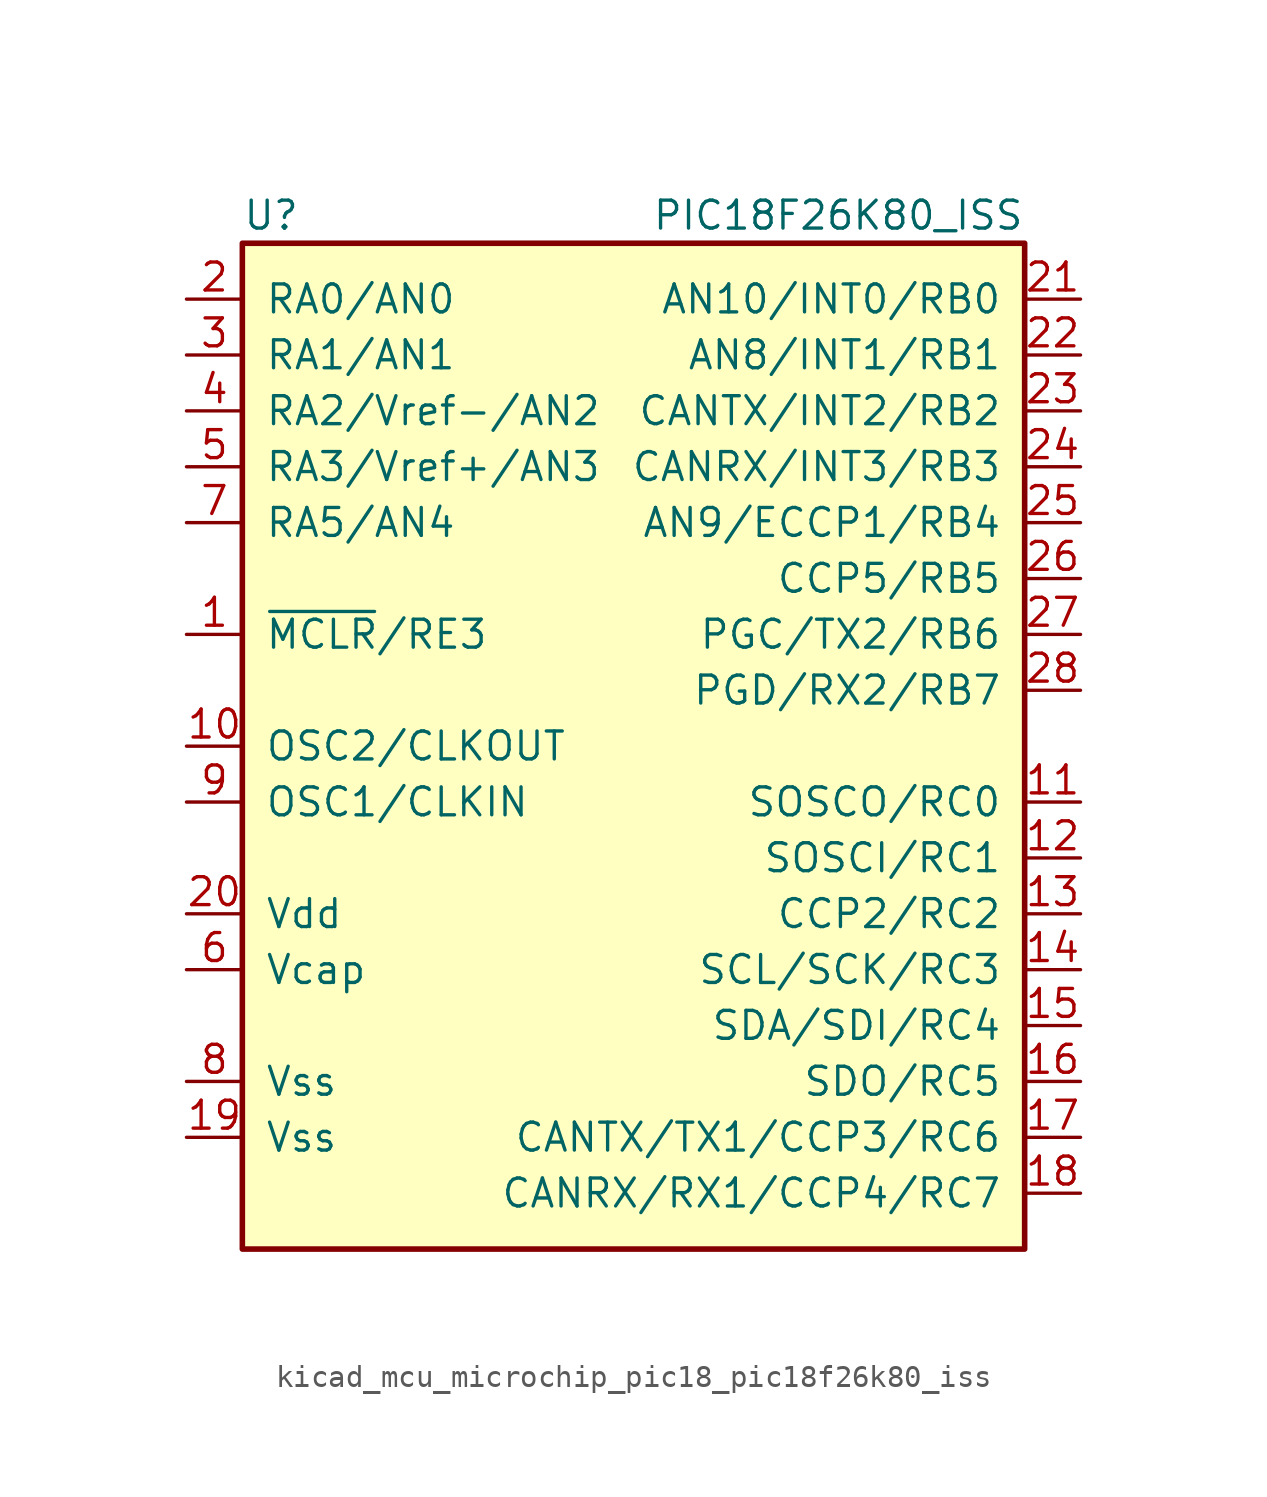
<source format=kicad_sym>
(kicad_symbol_lib
  (version 20220914)
  (generator kicad_symbol_editor)
  (symbol "kicad_mcu_microchip_pic18_pic18f26k80_iss"
    (pin_names
      (offset 1.016))
    (property "Reference" "U"
      (at -17.78 24.13 0)
      (effects (font (size 1.27 1.27)) (justify left)))
    (property "Value" "PIC18F26K80_ISS"
      (at 17.78 24.13 0)
      (effects (font (size 1.27 1.27)) (justify right)))
    (symbol "kicad_mcu_microchip_pic18_pic18f26k80_iss_0_1"
      (rectangle (start -17.78 22.86) (end 17.78 -22.86) (stroke (width 0.254) (type default)) (fill (type background))))
    (symbol "kicad_mcu_microchip_pic18_pic18f26k80_iss_1_1"
      (pin bidirectional line (at -20.32 5.08 0) (length 2.54) (name "~{MCLR}/RE3" (effects (font (size 1.27 1.27)))) (number "1" (effects (font (size 1.27 1.27)))))
      (pin input line (at -20.32 0 0) (length 2.54) (name "OSC2/CLKOUT" (effects (font (size 1.27 1.27)))) (number "10" (effects (font (size 1.27 1.27)))))
      (pin bidirectional line (at 20.32 -2.54 180) (length 2.54) (name "SOSCO/RC0" (effects (font (size 1.27 1.27)))) (number "11" (effects (font (size 1.27 1.27)))))
      (pin bidirectional line (at 20.32 -5.08 180) (length 2.54) (name "SOSCI/RC1" (effects (font (size 1.27 1.27)))) (number "12" (effects (font (size 1.27 1.27)))))
      (pin bidirectional line (at 20.32 -7.62 180) (length 2.54) (name "CCP2/RC2" (effects (font (size 1.27 1.27)))) (number "13" (effects (font (size 1.27 1.27)))))
      (pin bidirectional line (at 20.32 -10.16 180) (length 2.54) (name "SCL/SCK/RC3" (effects (font (size 1.27 1.27)))) (number "14" (effects (font (size 1.27 1.27)))))
      (pin bidirectional line (at 20.32 -12.7 180) (length 2.54) (name "SDA/SDI/RC4" (effects (font (size 1.27 1.27)))) (number "15" (effects (font (size 1.27 1.27)))))
      (pin bidirectional line (at 20.32 -15.24 180) (length 2.54) (name "SDO/RC5" (effects (font (size 1.27 1.27)))) (number "16" (effects (font (size 1.27 1.27)))))
      (pin bidirectional line (at 20.32 -17.78 180) (length 2.54) (name "CANTX/TX1/CCP3/RC6" (effects (font (size 1.27 1.27)))) (number "17" (effects (font (size 1.27 1.27)))))
      (pin bidirectional line (at 20.32 -20.32 180) (length 2.54) (name "CANRX/RX1/CCP4/RC7" (effects (font (size 1.27 1.27)))) (number "18" (effects (font (size 1.27 1.27)))))
      (pin power_in line (at -20.32 -17.78 0) (length 2.54) (name "Vss" (effects (font (size 1.27 1.27)))) (number "19" (effects (font (size 1.27 1.27)))))
      (pin bidirectional line (at -20.32 20.32 0) (length 2.54) (name "RA0/AN0" (effects (font (size 1.27 1.27)))) (number "2" (effects (font (size 1.27 1.27)))))
      (pin power_in line (at -20.32 -7.62 0) (length 2.54) (name "Vdd" (effects (font (size 1.27 1.27)))) (number "20" (effects (font (size 1.27 1.27)))))
      (pin bidirectional line (at 20.32 20.32 180) (length 2.54) (name "AN10/INT0/RB0" (effects (font (size 1.27 1.27)))) (number "21" (effects (font (size 1.27 1.27)))))
      (pin bidirectional line (at 20.32 17.78 180) (length 2.54) (name "AN8/INT1/RB1" (effects (font (size 1.27 1.27)))) (number "22" (effects (font (size 1.27 1.27)))))
      (pin bidirectional line (at 20.32 15.24 180) (length 2.54) (name "CANTX/INT2/RB2" (effects (font (size 1.27 1.27)))) (number "23" (effects (font (size 1.27 1.27)))))
      (pin bidirectional line (at 20.32 12.7 180) (length 2.54) (name "CANRX/INT3/RB3" (effects (font (size 1.27 1.27)))) (number "24" (effects (font (size 1.27 1.27)))))
      (pin bidirectional line (at 20.32 10.16 180) (length 2.54) (name "AN9/ECCP1/RB4" (effects (font (size 1.27 1.27)))) (number "25" (effects (font (size 1.27 1.27)))))
      (pin bidirectional line (at 20.32 7.62 180) (length 2.54) (name "CCP5/RB5" (effects (font (size 1.27 1.27)))) (number "26" (effects (font (size 1.27 1.27)))))
      (pin bidirectional line (at 20.32 5.08 180) (length 2.54) (name "PGC/TX2/RB6" (effects (font (size 1.27 1.27)))) (number "27" (effects (font (size 1.27 1.27)))))
      (pin bidirectional line (at 20.32 2.54 180) (length 2.54) (name "PGD/RX2/RB7" (effects (font (size 1.27 1.27)))) (number "28" (effects (font (size 1.27 1.27)))))
      (pin bidirectional line (at -20.32 17.78 0) (length 2.54) (name "RA1/AN1" (effects (font (size 1.27 1.27)))) (number "3" (effects (font (size 1.27 1.27)))))
      (pin bidirectional line (at -20.32 15.24 0) (length 2.54) (name "RA2/Vref-/AN2" (effects (font (size 1.27 1.27)))) (number "4" (effects (font (size 1.27 1.27)))))
      (pin bidirectional line (at -20.32 12.7 0) (length 2.54) (name "RA3/Vref+/AN3" (effects (font (size 1.27 1.27)))) (number "5" (effects (font (size 1.27 1.27)))))
      (pin power_in line (at -20.32 -10.16 0) (length 2.54) (name "Vcap" (effects (font (size 1.27 1.27)))) (number "6" (effects (font (size 1.27 1.27)))))
      (pin bidirectional line (at -20.32 10.16 0) (length 2.54) (name "RA5/AN4" (effects (font (size 1.27 1.27)))) (number "7" (effects (font (size 1.27 1.27)))))
      (pin power_in line (at -20.32 -15.24 0) (length 2.54) (name "Vss" (effects (font (size 1.27 1.27)))) (number "8" (effects (font (size 1.27 1.27)))))
      (pin input line (at -20.32 -2.54 0) (length 2.54) (name "OSC1/CLKIN" (effects (font (size 1.27 1.27)))) (number "9" (effects (font (size 1.27 1.27))))))))
</source>
